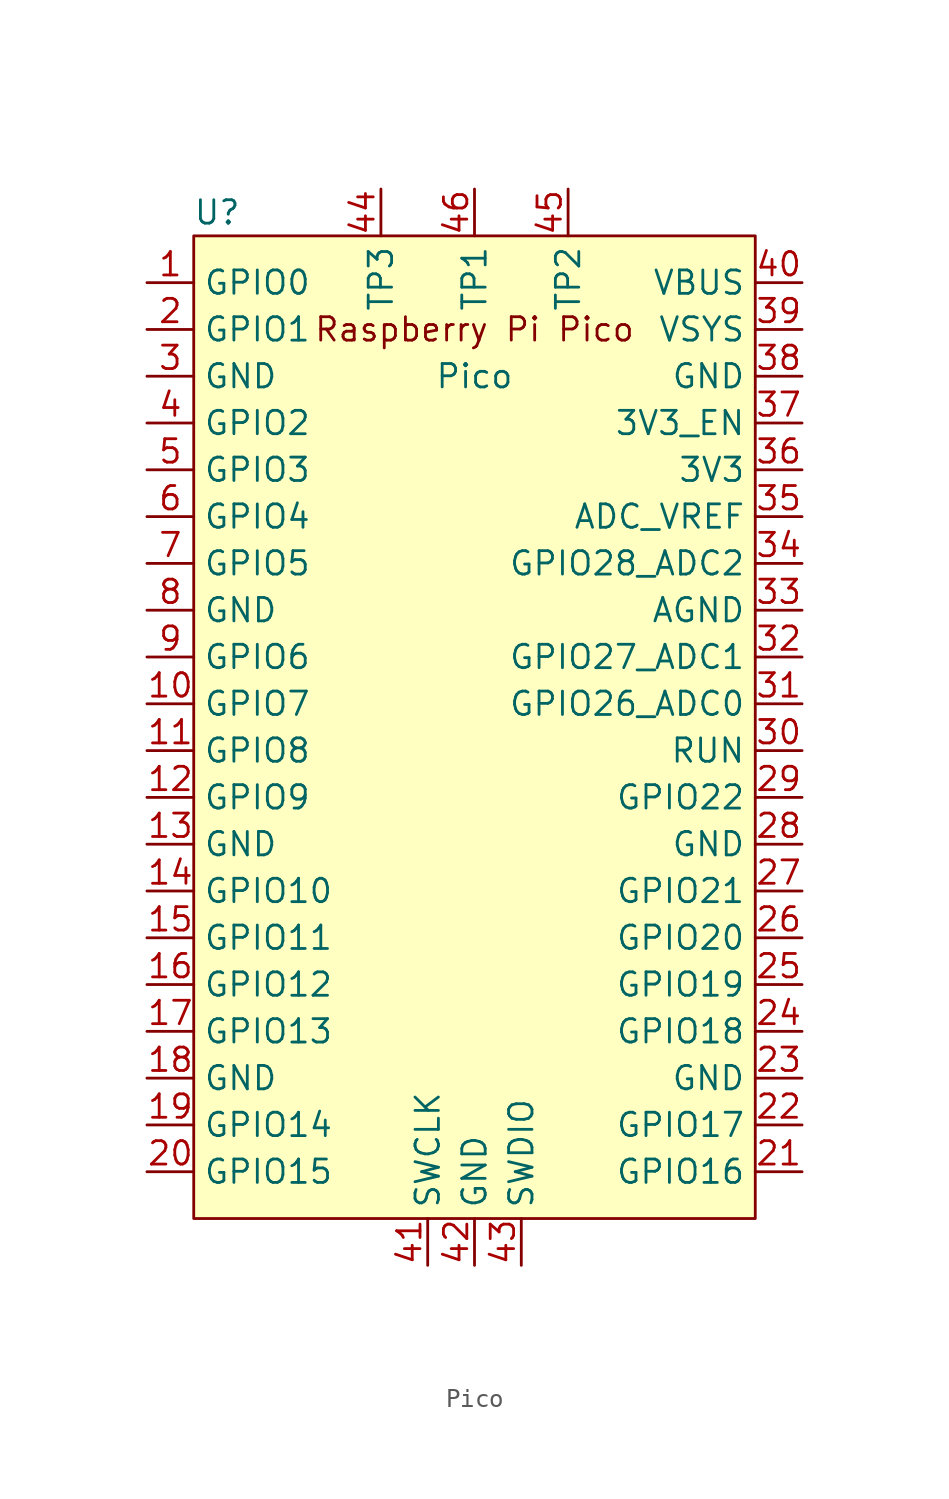
<source format=kicad_sym>
(kicad_symbol_lib
  (version 20211014)
  (generator kicad_symbol_editor)
  (symbol "Pico"
    (property "Reference" "U"
      (at -13.97 27.94 0)
      (effects (font (size 1.27 1.27))))
    (property "Value" "Pico"
      (at 0 19.05 0)
      (effects (font (size 1.27 1.27))))
    (symbol "Pico_0_0"
      (text "Raspberry Pi Pico" (at 0 21.59 0) (effects (font (size 1.27 1.27)))))
    (symbol "Pico_0_1"
      (rectangle (start -15.24 26.67) (end 15.24 -26.67) (stroke (width 0) (type default) (color 0 0 0 0)) (fill (type background))))
    (symbol "Pico_1_1"
      (pin bidirectional line (at -17.78 24.13 0) (length 2.54) (name "GPIO0" (effects (font (size 1.27 1.27)))) (number "1" (effects (font (size 1.27 1.27)))))
      (pin bidirectional line (at -17.78 1.27 0) (length 2.54) (name "GPIO7" (effects (font (size 1.27 1.27)))) (number "10" (effects (font (size 1.27 1.27)))))
      (pin bidirectional line (at -17.78 -1.27 0) (length 2.54) (name "GPIO8" (effects (font (size 1.27 1.27)))) (number "11" (effects (font (size 1.27 1.27)))))
      (pin bidirectional line (at -17.78 -3.81 0) (length 2.54) (name "GPIO9" (effects (font (size 1.27 1.27)))) (number "12" (effects (font (size 1.27 1.27)))))
      (pin power_in line (at -17.78 -6.35 0) (length 2.54) (name "GND" (effects (font (size 1.27 1.27)))) (number "13" (effects (font (size 1.27 1.27)))))
      (pin bidirectional line (at -17.78 -8.89 0) (length 2.54) (name "GPIO10" (effects (font (size 1.27 1.27)))) (number "14" (effects (font (size 1.27 1.27)))))
      (pin bidirectional line (at -17.78 -11.43 0) (length 2.54) (name "GPIO11" (effects (font (size 1.27 1.27)))) (number "15" (effects (font (size 1.27 1.27)))))
      (pin bidirectional line (at -17.78 -13.97 0) (length 2.54) (name "GPIO12" (effects (font (size 1.27 1.27)))) (number "16" (effects (font (size 1.27 1.27)))))
      (pin bidirectional line (at -17.78 -16.51 0) (length 2.54) (name "GPIO13" (effects (font (size 1.27 1.27)))) (number "17" (effects (font (size 1.27 1.27)))))
      (pin power_in line (at -17.78 -19.05 0) (length 2.54) (name "GND" (effects (font (size 1.27 1.27)))) (number "18" (effects (font (size 1.27 1.27)))))
      (pin bidirectional line (at -17.78 -21.59 0) (length 2.54) (name "GPIO14" (effects (font (size 1.27 1.27)))) (number "19" (effects (font (size 1.27 1.27)))))
      (pin bidirectional line (at -17.78 21.59 0) (length 2.54) (name "GPIO1" (effects (font (size 1.27 1.27)))) (number "2" (effects (font (size 1.27 1.27)))))
      (pin bidirectional line (at -17.78 -24.13 0) (length 2.54) (name "GPIO15" (effects (font (size 1.27 1.27)))) (number "20" (effects (font (size 1.27 1.27)))))
      (pin bidirectional line (at 17.78 -24.13 180) (length 2.54) (name "GPIO16" (effects (font (size 1.27 1.27)))) (number "21" (effects (font (size 1.27 1.27)))))
      (pin bidirectional line (at 17.78 -21.59 180) (length 2.54) (name "GPIO17" (effects (font (size 1.27 1.27)))) (number "22" (effects (font (size 1.27 1.27)))))
      (pin power_in line (at 17.78 -19.05 180) (length 2.54) (name "GND" (effects (font (size 1.27 1.27)))) (number "23" (effects (font (size 1.27 1.27)))))
      (pin bidirectional line (at 17.78 -16.51 180) (length 2.54) (name "GPIO18" (effects (font (size 1.27 1.27)))) (number "24" (effects (font (size 1.27 1.27)))))
      (pin bidirectional line (at 17.78 -13.97 180) (length 2.54) (name "GPIO19" (effects (font (size 1.27 1.27)))) (number "25" (effects (font (size 1.27 1.27)))))
      (pin bidirectional line (at 17.78 -11.43 180) (length 2.54) (name "GPIO20" (effects (font (size 1.27 1.27)))) (number "26" (effects (font (size 1.27 1.27)))))
      (pin bidirectional line (at 17.78 -8.89 180) (length 2.54) (name "GPIO21" (effects (font (size 1.27 1.27)))) (number "27" (effects (font (size 1.27 1.27)))))
      (pin power_in line (at 17.78 -6.35 180) (length 2.54) (name "GND" (effects (font (size 1.27 1.27)))) (number "28" (effects (font (size 1.27 1.27)))))
      (pin bidirectional line (at 17.78 -3.81 180) (length 2.54) (name "GPIO22" (effects (font (size 1.27 1.27)))) (number "29" (effects (font (size 1.27 1.27)))))
      (pin power_in line (at -17.78 19.05 0) (length 2.54) (name "GND" (effects (font (size 1.27 1.27)))) (number "3" (effects (font (size 1.27 1.27)))))
      (pin input line (at 17.78 -1.27 180) (length 2.54) (name "RUN" (effects (font (size 1.27 1.27)))) (number "30" (effects (font (size 1.27 1.27)))))
      (pin bidirectional line (at 17.78 1.27 180) (length 2.54) (name "GPIO26_ADC0" (effects (font (size 1.27 1.27)))) (number "31" (effects (font (size 1.27 1.27)))))
      (pin bidirectional line (at 17.78 3.81 180) (length 2.54) (name "GPIO27_ADC1" (effects (font (size 1.27 1.27)))) (number "32" (effects (font (size 1.27 1.27)))))
      (pin power_in line (at 17.78 6.35 180) (length 2.54) (name "AGND" (effects (font (size 1.27 1.27)))) (number "33" (effects (font (size 1.27 1.27)))))
      (pin bidirectional line (at 17.78 8.89 180) (length 2.54) (name "GPIO28_ADC2" (effects (font (size 1.27 1.27)))) (number "34" (effects (font (size 1.27 1.27)))))
      (pin power_in line (at 17.78 11.43 180) (length 2.54) (name "ADC_VREF" (effects (font (size 1.27 1.27)))) (number "35" (effects (font (size 1.27 1.27)))))
      (pin power_in line (at 17.78 13.97 180) (length 2.54) (name "3V3" (effects (font (size 1.27 1.27)))) (number "36" (effects (font (size 1.27 1.27)))))
      (pin input line (at 17.78 16.51 180) (length 2.54) (name "3V3_EN" (effects (font (size 1.27 1.27)))) (number "37" (effects (font (size 1.27 1.27)))))
      (pin bidirectional line (at 17.78 19.05 180) (length 2.54) (name "GND" (effects (font (size 1.27 1.27)))) (number "38" (effects (font (size 1.27 1.27)))))
      (pin power_in line (at 17.78 21.59 180) (length 2.54) (name "VSYS" (effects (font (size 1.27 1.27)))) (number "39" (effects (font (size 1.27 1.27)))))
      (pin bidirectional line (at -17.78 16.51 0) (length 2.54) (name "GPIO2" (effects (font (size 1.27 1.27)))) (number "4" (effects (font (size 1.27 1.27)))))
      (pin power_in line (at 17.78 24.13 180) (length 2.54) (name "VBUS" (effects (font (size 1.27 1.27)))) (number "40" (effects (font (size 1.27 1.27)))))
      (pin input line (at -2.54 -29.21 90) (length 2.54) (name "SWCLK" (effects (font (size 1.27 1.27)))) (number "41" (effects (font (size 1.27 1.27)))))
      (pin power_in line (at 0 -29.21 90) (length 2.54) (name "GND" (effects (font (size 1.27 1.27)))) (number "42" (effects (font (size 1.27 1.27)))))
      (pin bidirectional line (at 2.54 -29.21 90) (length 2.54) (name "SWDIO" (effects (font (size 1.27 1.27)))) (number "43" (effects (font (size 1.27 1.27)))))
      (pin bidirectional line (at -5.08 29.21 270) (length 2.54) (name "TP3" (effects (font (size 1.27 1.27)))) (number "44" (effects (font (size 1.27 1.27)))))
      (pin bidirectional line (at 5.08 29.21 270) (length 2.54) (name "TP2" (effects (font (size 1.27 1.27)))) (number "45" (effects (font (size 1.27 1.27)))))
      (pin bidirectional line (at 0 29.21 270) (length 2.54) (name "TP1" (effects (font (size 1.27 1.27)))) (number "46" (effects (font (size 1.27 1.27)))))
      (pin bidirectional line (at -17.78 13.97 0) (length 2.54) (name "GPIO3" (effects (font (size 1.27 1.27)))) (number "5" (effects (font (size 1.27 1.27)))))
      (pin bidirectional line (at -17.78 11.43 0) (length 2.54) (name "GPIO4" (effects (font (size 1.27 1.27)))) (number "6" (effects (font (size 1.27 1.27)))))
      (pin bidirectional line (at -17.78 8.89 0) (length 2.54) (name "GPIO5" (effects (font (size 1.27 1.27)))) (number "7" (effects (font (size 1.27 1.27)))))
      (pin power_in line (at -17.78 6.35 0) (length 2.54) (name "GND" (effects (font (size 1.27 1.27)))) (number "8" (effects (font (size 1.27 1.27)))))
      (pin bidirectional line (at -17.78 3.81 0) (length 2.54) (name "GPIO6" (effects (font (size 1.27 1.27)))) (number "9" (effects (font (size 1.27 1.27))))))))
</source>
